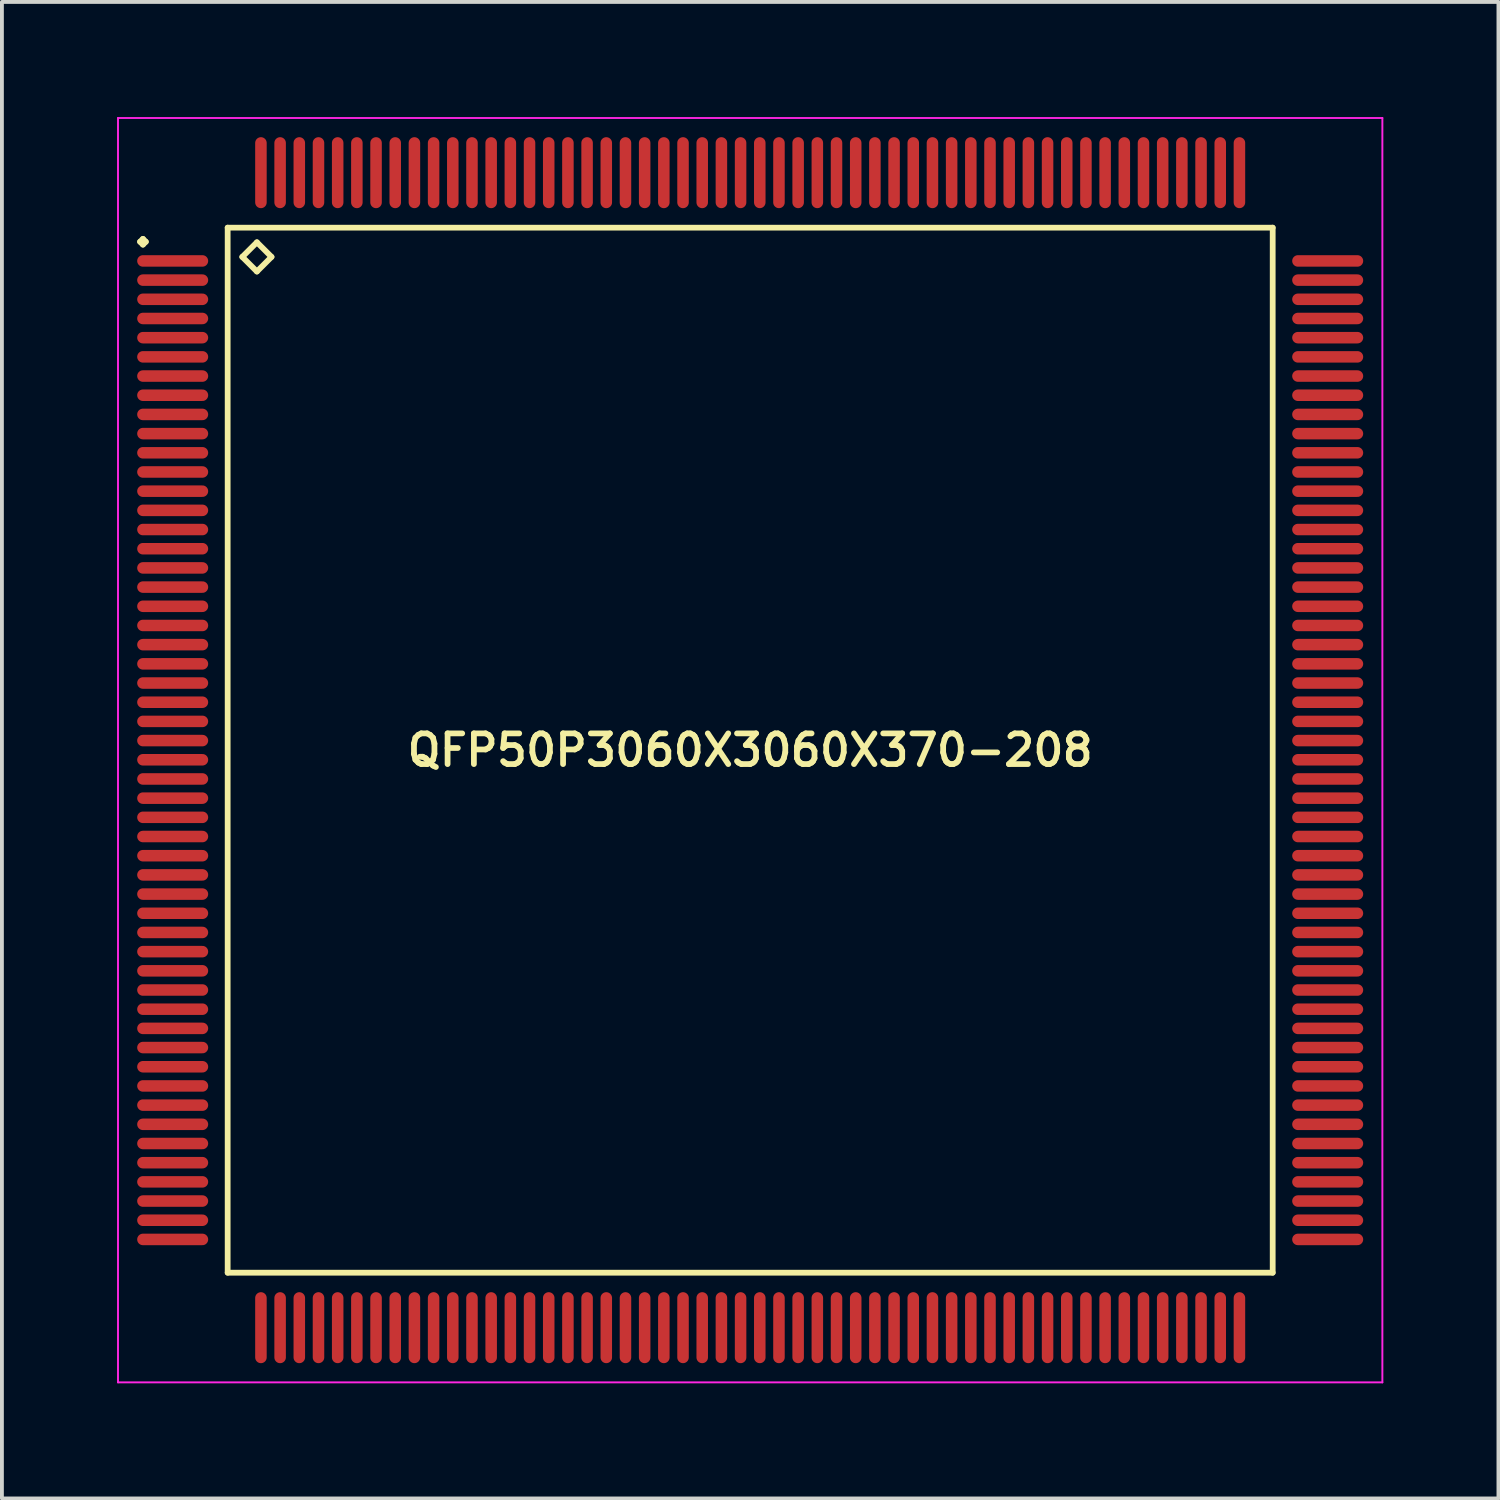
<source format=kicad_pcb>
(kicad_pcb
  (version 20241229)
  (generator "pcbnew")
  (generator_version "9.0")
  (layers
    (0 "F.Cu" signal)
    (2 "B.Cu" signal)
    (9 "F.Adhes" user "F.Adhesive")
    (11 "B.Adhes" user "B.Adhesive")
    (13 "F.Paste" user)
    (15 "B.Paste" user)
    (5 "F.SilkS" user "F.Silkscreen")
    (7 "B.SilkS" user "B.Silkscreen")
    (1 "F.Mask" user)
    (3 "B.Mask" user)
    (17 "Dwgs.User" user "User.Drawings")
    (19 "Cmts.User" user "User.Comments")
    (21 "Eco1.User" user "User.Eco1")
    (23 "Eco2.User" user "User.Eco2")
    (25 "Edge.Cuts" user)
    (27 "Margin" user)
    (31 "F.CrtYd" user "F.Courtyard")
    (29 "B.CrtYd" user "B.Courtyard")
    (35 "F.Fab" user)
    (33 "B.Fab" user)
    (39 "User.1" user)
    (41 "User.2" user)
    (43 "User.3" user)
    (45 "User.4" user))
  (footprint "QFP50P3060X3060X370-208"
    (layer "F.Cu")
    (at 16.5 16.5)
    (property "Reference" "QFP50P3060X3060X370-208" (at 0 0 0) (layer "F.SilkS") (effects (font (size 0.8 0.8) (thickness 0.15))))
    (attr smd)
    (fp_line (start -15.9 -13.25) (end -15.825 -13.325) (stroke (width 0.15) (type solid)) (layer "F.SilkS"))
    (fp_line (start -15.825 -13.325) (end -15.75 -13.25) (stroke (width 0.15) (type solid)) (layer "F.SilkS"))
    (fp_line (start -15.825 -13.175) (end -15.9 -13.25) (stroke (width 0.15) (type solid)) (layer "F.SilkS"))
    (fp_line (start -15.75 -13.25) (end -15.825 -13.175) (stroke (width 0.15) (type solid)) (layer "F.SilkS"))
    (fp_line (start -13.617 -13.617) (end -13.617 13.617) (stroke (width 0.15) (type solid)) (layer "F.SilkS"))
    (fp_line (start -13.617 13.617) (end 13.617 13.617) (stroke (width 0.15) (type solid)) (layer "F.SilkS"))
    (fp_line (start -13.236 -12.855) (end -12.855 -13.236) (stroke (width 0.15) (type solid)) (layer "F.SilkS"))
    (fp_line (start -12.855 -13.236) (end -12.474 -12.855) (stroke (width 0.15) (type solid)) (layer "F.SilkS"))
    (fp_line (start -12.855 -12.474) (end -13.236 -12.855) (stroke (width 0.15) (type solid)) (layer "F.SilkS"))
    (fp_line (start -12.474 -12.855) (end -12.855 -12.474) (stroke (width 0.15) (type solid)) (layer "F.SilkS"))
    (fp_line (start 13.617 -13.617) (end -13.617 -13.617) (stroke (width 0.15) (type solid)) (layer "F.SilkS"))
    (fp_line (start 13.617 13.617) (end 13.617 -13.617) (stroke (width 0.15) (type solid)) (layer "F.SilkS"))
    (fp_line (start -16.475 -16.475) (end 16.475 -16.475) (stroke (width 0.05) (type solid)) (layer "F.CrtYd"))
    (fp_line (start -16.475 16.475) (end -16.475 -16.475) (stroke (width 0.05) (type solid)) (layer "F.CrtYd"))
    (fp_line (start 16.475 -16.475) (end 16.475 16.475) (stroke (width 0.05) (type solid)) (layer "F.CrtYd"))
    (fp_line (start 16.475 16.475) (end -16.475 16.475) (stroke (width 0.05) (type solid)) (layer "F.CrtYd"))
    (pad "1" smd oval (at -15.05 -12.75) (size 1.85 0.3) (layers "F.Cu" "F.Mask" "F.Paste"))
    (pad "2" smd oval (at -15.05 -12.25) (size 1.85 0.3) (layers "F.Cu" "F.Mask" "F.Paste"))
    (pad "3" smd oval (at -15.05 -11.75) (size 1.85 0.3) (layers "F.Cu" "F.Mask" "F.Paste"))
    (pad "4" smd oval (at -15.05 -11.25) (size 1.85 0.3) (layers "F.Cu" "F.Mask" "F.Paste"))
    (pad "5" smd oval (at -15.05 -10.75) (size 1.85 0.3) (layers "F.Cu" "F.Mask" "F.Paste"))
    (pad "6" smd oval (at -15.05 -10.25) (size 1.85 0.3) (layers "F.Cu" "F.Mask" "F.Paste"))
    (pad "7" smd oval (at -15.05 -9.75) (size 1.85 0.3) (layers "F.Cu" "F.Mask" "F.Paste"))
    (pad "8" smd oval (at -15.05 -9.25) (size 1.85 0.3) (layers "F.Cu" "F.Mask" "F.Paste"))
    (pad "9" smd oval (at -15.05 -8.75) (size 1.85 0.3) (layers "F.Cu" "F.Mask" "F.Paste"))
    (pad "10" smd oval (at -15.05 -8.25) (size 1.85 0.3) (layers "F.Cu" "F.Mask" "F.Paste"))
    (pad "11" smd oval (at -15.05 -7.75) (size 1.85 0.3) (layers "F.Cu" "F.Mask" "F.Paste"))
    (pad "12" smd oval (at -15.05 -7.25) (size 1.85 0.3) (layers "F.Cu" "F.Mask" "F.Paste"))
    (pad "13" smd oval (at -15.05 -6.75) (size 1.85 0.3) (layers "F.Cu" "F.Mask" "F.Paste"))
    (pad "14" smd oval (at -15.05 -6.25) (size 1.85 0.3) (layers "F.Cu" "F.Mask" "F.Paste"))
    (pad "15" smd oval (at -15.05 -5.75) (size 1.85 0.3) (layers "F.Cu" "F.Mask" "F.Paste"))
    (pad "16" smd oval (at -15.05 -5.25) (size 1.85 0.3) (layers "F.Cu" "F.Mask" "F.Paste"))
    (pad "17" smd oval (at -15.05 -4.75) (size 1.85 0.3) (layers "F.Cu" "F.Mask" "F.Paste"))
    (pad "18" smd oval (at -15.05 -4.25) (size 1.85 0.3) (layers "F.Cu" "F.Mask" "F.Paste"))
    (pad "19" smd oval (at -15.05 -3.75) (size 1.85 0.3) (layers "F.Cu" "F.Mask" "F.Paste"))
    (pad "20" smd oval (at -15.05 -3.25) (size 1.85 0.3) (layers "F.Cu" "F.Mask" "F.Paste"))
    (pad "21" smd oval (at -15.05 -2.75) (size 1.85 0.3) (layers "F.Cu" "F.Mask" "F.Paste"))
    (pad "22" smd oval (at -15.05 -2.25) (size 1.85 0.3) (layers "F.Cu" "F.Mask" "F.Paste"))
    (pad "23" smd oval (at -15.05 -1.75) (size 1.85 0.3) (layers "F.Cu" "F.Mask" "F.Paste"))
    (pad "24" smd oval (at -15.05 -1.25) (size 1.85 0.3) (layers "F.Cu" "F.Mask" "F.Paste"))
    (pad "25" smd oval (at -15.05 -0.75) (size 1.85 0.3) (layers "F.Cu" "F.Mask" "F.Paste"))
    (pad "26" smd oval (at -15.05 -0.25) (size 1.85 0.3) (layers "F.Cu" "F.Mask" "F.Paste"))
    (pad "27" smd oval (at -15.05 0.25) (size 1.85 0.3) (layers "F.Cu" "F.Mask" "F.Paste"))
    (pad "28" smd oval (at -15.05 0.75) (size 1.85 0.3) (layers "F.Cu" "F.Mask" "F.Paste"))
    (pad "29" smd oval (at -15.05 1.25) (size 1.85 0.3) (layers "F.Cu" "F.Mask" "F.Paste"))
    (pad "30" smd oval (at -15.05 1.75) (size 1.85 0.3) (layers "F.Cu" "F.Mask" "F.Paste"))
    (pad "31" smd oval (at -15.05 2.25) (size 1.85 0.3) (layers "F.Cu" "F.Mask" "F.Paste"))
    (pad "32" smd oval (at -15.05 2.75) (size 1.85 0.3) (layers "F.Cu" "F.Mask" "F.Paste"))
    (pad "33" smd oval (at -15.05 3.25) (size 1.85 0.3) (layers "F.Cu" "F.Mask" "F.Paste"))
    (pad "34" smd oval (at -15.05 3.75) (size 1.85 0.3) (layers "F.Cu" "F.Mask" "F.Paste"))
    (pad "35" smd oval (at -15.05 4.25) (size 1.85 0.3) (layers "F.Cu" "F.Mask" "F.Paste"))
    (pad "36" smd oval (at -15.05 4.75) (size 1.85 0.3) (layers "F.Cu" "F.Mask" "F.Paste"))
    (pad "37" smd oval (at -15.05 5.25) (size 1.85 0.3) (layers "F.Cu" "F.Mask" "F.Paste"))
    (pad "38" smd oval (at -15.05 5.75) (size 1.85 0.3) (layers "F.Cu" "F.Mask" "F.Paste"))
    (pad "39" smd oval (at -15.05 6.25) (size 1.85 0.3) (layers "F.Cu" "F.Mask" "F.Paste"))
    (pad "40" smd oval (at -15.05 6.75) (size 1.85 0.3) (layers "F.Cu" "F.Mask" "F.Paste"))
    (pad "41" smd oval (at -15.05 7.25) (size 1.85 0.3) (layers "F.Cu" "F.Mask" "F.Paste"))
    (pad "42" smd oval (at -15.05 7.75) (size 1.85 0.3) (layers "F.Cu" "F.Mask" "F.Paste"))
    (pad "43" smd oval (at -15.05 8.25) (size 1.85 0.3) (layers "F.Cu" "F.Mask" "F.Paste"))
    (pad "44" smd oval (at -15.05 8.75) (size 1.85 0.3) (layers "F.Cu" "F.Mask" "F.Paste"))
    (pad "45" smd oval (at -15.05 9.25) (size 1.85 0.3) (layers "F.Cu" "F.Mask" "F.Paste"))
    (pad "46" smd oval (at -15.05 9.75) (size 1.85 0.3) (layers "F.Cu" "F.Mask" "F.Paste"))
    (pad "47" smd oval (at -15.05 10.25) (size 1.85 0.3) (layers "F.Cu" "F.Mask" "F.Paste"))
    (pad "48" smd oval (at -15.05 10.75) (size 1.85 0.3) (layers "F.Cu" "F.Mask" "F.Paste"))
    (pad "49" smd oval (at -15.05 11.25) (size 1.85 0.3) (layers "F.Cu" "F.Mask" "F.Paste"))
    (pad "50" smd oval (at -15.05 11.75) (size 1.85 0.3) (layers "F.Cu" "F.Mask" "F.Paste"))
    (pad "51" smd oval (at -15.05 12.25) (size 1.85 0.3) (layers "F.Cu" "F.Mask" "F.Paste"))
    (pad "52" smd oval (at -15.05 12.75) (size 1.85 0.3) (layers "F.Cu" "F.Mask" "F.Paste"))
    (pad "53" smd oval (at -12.75 15.05) (size 0.3 1.85) (layers "F.Cu" "F.Mask" "F.Paste"))
    (pad "54" smd oval (at -12.25 15.05) (size 0.3 1.85) (layers "F.Cu" "F.Mask" "F.Paste"))
    (pad "55" smd oval (at -11.75 15.05) (size 0.3 1.85) (layers "F.Cu" "F.Mask" "F.Paste"))
    (pad "56" smd oval (at -11.25 15.05) (size 0.3 1.85) (layers "F.Cu" "F.Mask" "F.Paste"))
    (pad "57" smd oval (at -10.75 15.05) (size 0.3 1.85) (layers "F.Cu" "F.Mask" "F.Paste"))
    (pad "58" smd oval (at -10.25 15.05) (size 0.3 1.85) (layers "F.Cu" "F.Mask" "F.Paste"))
    (pad "59" smd oval (at -9.75 15.05) (size 0.3 1.85) (layers "F.Cu" "F.Mask" "F.Paste"))
    (pad "60" smd oval (at -9.25 15.05) (size 0.3 1.85) (layers "F.Cu" "F.Mask" "F.Paste"))
    (pad "61" smd oval (at -8.75 15.05) (size 0.3 1.85) (layers "F.Cu" "F.Mask" "F.Paste"))
    (pad "62" smd oval (at -8.25 15.05) (size 0.3 1.85) (layers "F.Cu" "F.Mask" "F.Paste"))
    (pad "63" smd oval (at -7.75 15.05) (size 0.3 1.85) (layers "F.Cu" "F.Mask" "F.Paste"))
    (pad "64" smd oval (at -7.25 15.05) (size 0.3 1.85) (layers "F.Cu" "F.Mask" "F.Paste"))
    (pad "65" smd oval (at -6.75 15.05) (size 0.3 1.85) (layers "F.Cu" "F.Mask" "F.Paste"))
    (pad "66" smd oval (at -6.25 15.05) (size 0.3 1.85) (layers "F.Cu" "F.Mask" "F.Paste"))
    (pad "67" smd oval (at -5.75 15.05) (size 0.3 1.85) (layers "F.Cu" "F.Mask" "F.Paste"))
    (pad "68" smd oval (at -5.25 15.05) (size 0.3 1.85) (layers "F.Cu" "F.Mask" "F.Paste"))
    (pad "69" smd oval (at -4.75 15.05) (size 0.3 1.85) (layers "F.Cu" "F.Mask" "F.Paste"))
    (pad "70" smd oval (at -4.25 15.05) (size 0.3 1.85) (layers "F.Cu" "F.Mask" "F.Paste"))
    (pad "71" smd oval (at -3.75 15.05) (size 0.3 1.85) (layers "F.Cu" "F.Mask" "F.Paste"))
    (pad "72" smd oval (at -3.25 15.05) (size 0.3 1.85) (layers "F.Cu" "F.Mask" "F.Paste"))
    (pad "73" smd oval (at -2.75 15.05) (size 0.3 1.85) (layers "F.Cu" "F.Mask" "F.Paste"))
    (pad "74" smd oval (at -2.25 15.05) (size 0.3 1.85) (layers "F.Cu" "F.Mask" "F.Paste"))
    (pad "75" smd oval (at -1.75 15.05) (size 0.3 1.85) (layers "F.Cu" "F.Mask" "F.Paste"))
    (pad "76" smd oval (at -1.25 15.05) (size 0.3 1.85) (layers "F.Cu" "F.Mask" "F.Paste"))
    (pad "77" smd oval (at -0.75 15.05) (size 0.3 1.85) (layers "F.Cu" "F.Mask" "F.Paste"))
    (pad "78" smd oval (at -0.25 15.05) (size 0.3 1.85) (layers "F.Cu" "F.Mask" "F.Paste"))
    (pad "79" smd oval (at 0.25 15.05) (size 0.3 1.85) (layers "F.Cu" "F.Mask" "F.Paste"))
    (pad "80" smd oval (at 0.75 15.05) (size 0.3 1.85) (layers "F.Cu" "F.Mask" "F.Paste"))
    (pad "81" smd oval (at 1.25 15.05) (size 0.3 1.85) (layers "F.Cu" "F.Mask" "F.Paste"))
    (pad "82" smd oval (at 1.75 15.05) (size 0.3 1.85) (layers "F.Cu" "F.Mask" "F.Paste"))
    (pad "83" smd oval (at 2.25 15.05) (size 0.3 1.85) (layers "F.Cu" "F.Mask" "F.Paste"))
    (pad "84" smd oval (at 2.75 15.05) (size 0.3 1.85) (layers "F.Cu" "F.Mask" "F.Paste"))
    (pad "85" smd oval (at 3.25 15.05) (size 0.3 1.85) (layers "F.Cu" "F.Mask" "F.Paste"))
    (pad "86" smd oval (at 3.75 15.05) (size 0.3 1.85) (layers "F.Cu" "F.Mask" "F.Paste"))
    (pad "87" smd oval (at 4.25 15.05) (size 0.3 1.85) (layers "F.Cu" "F.Mask" "F.Paste"))
    (pad "88" smd oval (at 4.75 15.05) (size 0.3 1.85) (layers "F.Cu" "F.Mask" "F.Paste"))
    (pad "89" smd oval (at 5.25 15.05) (size 0.3 1.85) (layers "F.Cu" "F.Mask" "F.Paste"))
    (pad "90" smd oval (at 5.75 15.05) (size 0.3 1.85) (layers "F.Cu" "F.Mask" "F.Paste"))
    (pad "91" smd oval (at 6.25 15.05) (size 0.3 1.85) (layers "F.Cu" "F.Mask" "F.Paste"))
    (pad "92" smd oval (at 6.75 15.05) (size 0.3 1.85) (layers "F.Cu" "F.Mask" "F.Paste"))
    (pad "93" smd oval (at 7.25 15.05) (size 0.3 1.85) (layers "F.Cu" "F.Mask" "F.Paste"))
    (pad "94" smd oval (at 7.75 15.05) (size 0.3 1.85) (layers "F.Cu" "F.Mask" "F.Paste"))
    (pad "95" smd oval (at 8.25 15.05) (size 0.3 1.85) (layers "F.Cu" "F.Mask" "F.Paste"))
    (pad "96" smd oval (at 8.75 15.05) (size 0.3 1.85) (layers "F.Cu" "F.Mask" "F.Paste"))
    (pad "97" smd oval (at 9.25 15.05) (size 0.3 1.85) (layers "F.Cu" "F.Mask" "F.Paste"))
    (pad "98" smd oval (at 9.75 15.05) (size 0.3 1.85) (layers "F.Cu" "F.Mask" "F.Paste"))
    (pad "99" smd oval (at 10.25 15.05) (size 0.3 1.85) (layers "F.Cu" "F.Mask" "F.Paste"))
    (pad "100" smd oval (at 10.75 15.05) (size 0.3 1.85) (layers "F.Cu" "F.Mask" "F.Paste"))
    (pad "101" smd oval (at 11.25 15.05) (size 0.3 1.85) (layers "F.Cu" "F.Mask" "F.Paste"))
    (pad "102" smd oval (at 11.75 15.05) (size 0.3 1.85) (layers "F.Cu" "F.Mask" "F.Paste"))
    (pad "103" smd oval (at 12.25 15.05) (size 0.3 1.85) (layers "F.Cu" "F.Mask" "F.Paste"))
    (pad "104" smd oval (at 12.75 15.05) (size 0.3 1.85) (layers "F.Cu" "F.Mask" "F.Paste"))
    (pad "105" smd oval (at 15.05 12.75) (size 1.85 0.3) (layers "F.Cu" "F.Mask" "F.Paste"))
    (pad "106" smd oval (at 15.05 12.25) (size 1.85 0.3) (layers "F.Cu" "F.Mask" "F.Paste"))
    (pad "107" smd oval (at 15.05 11.75) (size 1.85 0.3) (layers "F.Cu" "F.Mask" "F.Paste"))
    (pad "108" smd oval (at 15.05 11.25) (size 1.85 0.3) (layers "F.Cu" "F.Mask" "F.Paste"))
    (pad "109" smd oval (at 15.05 10.75) (size 1.85 0.3) (layers "F.Cu" "F.Mask" "F.Paste"))
    (pad "110" smd oval (at 15.05 10.25) (size 1.85 0.3) (layers "F.Cu" "F.Mask" "F.Paste"))
    (pad "111" smd oval (at 15.05 9.75) (size 1.85 0.3) (layers "F.Cu" "F.Mask" "F.Paste"))
    (pad "112" smd oval (at 15.05 9.25) (size 1.85 0.3) (layers "F.Cu" "F.Mask" "F.Paste"))
    (pad "113" smd oval (at 15.05 8.75) (size 1.85 0.3) (layers "F.Cu" "F.Mask" "F.Paste"))
    (pad "114" smd oval (at 15.05 8.25) (size 1.85 0.3) (layers "F.Cu" "F.Mask" "F.Paste"))
    (pad "115" smd oval (at 15.05 7.75) (size 1.85 0.3) (layers "F.Cu" "F.Mask" "F.Paste"))
    (pad "116" smd oval (at 15.05 7.25) (size 1.85 0.3) (layers "F.Cu" "F.Mask" "F.Paste"))
    (pad "117" smd oval (at 15.05 6.75) (size 1.85 0.3) (layers "F.Cu" "F.Mask" "F.Paste"))
    (pad "118" smd oval (at 15.05 6.25) (size 1.85 0.3) (layers "F.Cu" "F.Mask" "F.Paste"))
    (pad "119" smd oval (at 15.05 5.75) (size 1.85 0.3) (layers "F.Cu" "F.Mask" "F.Paste"))
    (pad "120" smd oval (at 15.05 5.25) (size 1.85 0.3) (layers "F.Cu" "F.Mask" "F.Paste"))
    (pad "121" smd oval (at 15.05 4.75) (size 1.85 0.3) (layers "F.Cu" "F.Mask" "F.Paste"))
    (pad "122" smd oval (at 15.05 4.25) (size 1.85 0.3) (layers "F.Cu" "F.Mask" "F.Paste"))
    (pad "123" smd oval (at 15.05 3.75) (size 1.85 0.3) (layers "F.Cu" "F.Mask" "F.Paste"))
    (pad "124" smd oval (at 15.05 3.25) (size 1.85 0.3) (layers "F.Cu" "F.Mask" "F.Paste"))
    (pad "125" smd oval (at 15.05 2.75) (size 1.85 0.3) (layers "F.Cu" "F.Mask" "F.Paste"))
    (pad "126" smd oval (at 15.05 2.25) (size 1.85 0.3) (layers "F.Cu" "F.Mask" "F.Paste"))
    (pad "127" smd oval (at 15.05 1.75) (size 1.85 0.3) (layers "F.Cu" "F.Mask" "F.Paste"))
    (pad "128" smd oval (at 15.05 1.25) (size 1.85 0.3) (layers "F.Cu" "F.Mask" "F.Paste"))
    (pad "129" smd oval (at 15.05 0.75) (size 1.85 0.3) (layers "F.Cu" "F.Mask" "F.Paste"))
    (pad "130" smd oval (at 15.05 0.25) (size 1.85 0.3) (layers "F.Cu" "F.Mask" "F.Paste"))
    (pad "131" smd oval (at 15.05 -0.25) (size 1.85 0.3) (layers "F.Cu" "F.Mask" "F.Paste"))
    (pad "132" smd oval (at 15.05 -0.75) (size 1.85 0.3) (layers "F.Cu" "F.Mask" "F.Paste"))
    (pad "133" smd oval (at 15.05 -1.25) (size 1.85 0.3) (layers "F.Cu" "F.Mask" "F.Paste"))
    (pad "134" smd oval (at 15.05 -1.75) (size 1.85 0.3) (layers "F.Cu" "F.Mask" "F.Paste"))
    (pad "135" smd oval (at 15.05 -2.25) (size 1.85 0.3) (layers "F.Cu" "F.Mask" "F.Paste"))
    (pad "136" smd oval (at 15.05 -2.75) (size 1.85 0.3) (layers "F.Cu" "F.Mask" "F.Paste"))
    (pad "137" smd oval (at 15.05 -3.25) (size 1.85 0.3) (layers "F.Cu" "F.Mask" "F.Paste"))
    (pad "138" smd oval (at 15.05 -3.75) (size 1.85 0.3) (layers "F.Cu" "F.Mask" "F.Paste"))
    (pad "139" smd oval (at 15.05 -4.25) (size 1.85 0.3) (layers "F.Cu" "F.Mask" "F.Paste"))
    (pad "140" smd oval (at 15.05 -4.75) (size 1.85 0.3) (layers "F.Cu" "F.Mask" "F.Paste"))
    (pad "141" smd oval (at 15.05 -5.25) (size 1.85 0.3) (layers "F.Cu" "F.Mask" "F.Paste"))
    (pad "142" smd oval (at 15.05 -5.75) (size 1.85 0.3) (layers "F.Cu" "F.Mask" "F.Paste"))
    (pad "143" smd oval (at 15.05 -6.25) (size 1.85 0.3) (layers "F.Cu" "F.Mask" "F.Paste"))
    (pad "144" smd oval (at 15.05 -6.75) (size 1.85 0.3) (layers "F.Cu" "F.Mask" "F.Paste"))
    (pad "145" smd oval (at 15.05 -7.25) (size 1.85 0.3) (layers "F.Cu" "F.Mask" "F.Paste"))
    (pad "146" smd oval (at 15.05 -7.75) (size 1.85 0.3) (layers "F.Cu" "F.Mask" "F.Paste"))
    (pad "147" smd oval (at 15.05 -8.25) (size 1.85 0.3) (layers "F.Cu" "F.Mask" "F.Paste"))
    (pad "148" smd oval (at 15.05 -8.75) (size 1.85 0.3) (layers "F.Cu" "F.Mask" "F.Paste"))
    (pad "149" smd oval (at 15.05 -9.25) (size 1.85 0.3) (layers "F.Cu" "F.Mask" "F.Paste"))
    (pad "150" smd oval (at 15.05 -9.75) (size 1.85 0.3) (layers "F.Cu" "F.Mask" "F.Paste"))
    (pad "151" smd oval (at 15.05 -10.25) (size 1.85 0.3) (layers "F.Cu" "F.Mask" "F.Paste"))
    (pad "152" smd oval (at 15.05 -10.75) (size 1.85 0.3) (layers "F.Cu" "F.Mask" "F.Paste"))
    (pad "153" smd oval (at 15.05 -11.25) (size 1.85 0.3) (layers "F.Cu" "F.Mask" "F.Paste"))
    (pad "154" smd oval (at 15.05 -11.75) (size 1.85 0.3) (layers "F.Cu" "F.Mask" "F.Paste"))
    (pad "155" smd oval (at 15.05 -12.25) (size 1.85 0.3) (layers "F.Cu" "F.Mask" "F.Paste"))
    (pad "156" smd oval (at 15.05 -12.75) (size 1.85 0.3) (layers "F.Cu" "F.Mask" "F.Paste"))
    (pad "157" smd oval (at 12.75 -15.05) (size 0.3 1.85) (layers "F.Cu" "F.Mask" "F.Paste"))
    (pad "158" smd oval (at 12.25 -15.05) (size 0.3 1.85) (layers "F.Cu" "F.Mask" "F.Paste"))
    (pad "159" smd oval (at 11.75 -15.05) (size 0.3 1.85) (layers "F.Cu" "F.Mask" "F.Paste"))
    (pad "160" smd oval (at 11.25 -15.05) (size 0.3 1.85) (layers "F.Cu" "F.Mask" "F.Paste"))
    (pad "161" smd oval (at 10.75 -15.05) (size 0.3 1.85) (layers "F.Cu" "F.Mask" "F.Paste"))
    (pad "162" smd oval (at 10.25 -15.05) (size 0.3 1.85) (layers "F.Cu" "F.Mask" "F.Paste"))
    (pad "163" smd oval (at 9.75 -15.05) (size 0.3 1.85) (layers "F.Cu" "F.Mask" "F.Paste"))
    (pad "164" smd oval (at 9.25 -15.05) (size 0.3 1.85) (layers "F.Cu" "F.Mask" "F.Paste"))
    (pad "165" smd oval (at 8.75 -15.05) (size 0.3 1.85) (layers "F.Cu" "F.Mask" "F.Paste"))
    (pad "166" smd oval (at 8.25 -15.05) (size 0.3 1.85) (layers "F.Cu" "F.Mask" "F.Paste"))
    (pad "167" smd oval (at 7.75 -15.05) (size 0.3 1.85) (layers "F.Cu" "F.Mask" "F.Paste"))
    (pad "168" smd oval (at 7.25 -15.05) (size 0.3 1.85) (layers "F.Cu" "F.Mask" "F.Paste"))
    (pad "169" smd oval (at 6.75 -15.05) (size 0.3 1.85) (layers "F.Cu" "F.Mask" "F.Paste"))
    (pad "170" smd oval (at 6.25 -15.05) (size 0.3 1.85) (layers "F.Cu" "F.Mask" "F.Paste"))
    (pad "171" smd oval (at 5.75 -15.05) (size 0.3 1.85) (layers "F.Cu" "F.Mask" "F.Paste"))
    (pad "172" smd oval (at 5.25 -15.05) (size 0.3 1.85) (layers "F.Cu" "F.Mask" "F.Paste"))
    (pad "173" smd oval (at 4.75 -15.05) (size 0.3 1.85) (layers "F.Cu" "F.Mask" "F.Paste"))
    (pad "174" smd oval (at 4.25 -15.05) (size 0.3 1.85) (layers "F.Cu" "F.Mask" "F.Paste"))
    (pad "175" smd oval (at 3.75 -15.05) (size 0.3 1.85) (layers "F.Cu" "F.Mask" "F.Paste"))
    (pad "176" smd oval (at 3.25 -15.05) (size 0.3 1.85) (layers "F.Cu" "F.Mask" "F.Paste"))
    (pad "177" smd oval (at 2.75 -15.05) (size 0.3 1.85) (layers "F.Cu" "F.Mask" "F.Paste"))
    (pad "178" smd oval (at 2.25 -15.05) (size 0.3 1.85) (layers "F.Cu" "F.Mask" "F.Paste"))
    (pad "179" smd oval (at 1.75 -15.05) (size 0.3 1.85) (layers "F.Cu" "F.Mask" "F.Paste"))
    (pad "180" smd oval (at 1.25 -15.05) (size 0.3 1.85) (layers "F.Cu" "F.Mask" "F.Paste"))
    (pad "181" smd oval (at 0.75 -15.05) (size 0.3 1.85) (layers "F.Cu" "F.Mask" "F.Paste"))
    (pad "182" smd oval (at 0.25 -15.05) (size 0.3 1.85) (layers "F.Cu" "F.Mask" "F.Paste"))
    (pad "183" smd oval (at -0.25 -15.05) (size 0.3 1.85) (layers "F.Cu" "F.Mask" "F.Paste"))
    (pad "184" smd oval (at -0.75 -15.05) (size 0.3 1.85) (layers "F.Cu" "F.Mask" "F.Paste"))
    (pad "185" smd oval (at -1.25 -15.05) (size 0.3 1.85) (layers "F.Cu" "F.Mask" "F.Paste"))
    (pad "186" smd oval (at -1.75 -15.05) (size 0.3 1.85) (layers "F.Cu" "F.Mask" "F.Paste"))
    (pad "187" smd oval (at -2.25 -15.05) (size 0.3 1.85) (layers "F.Cu" "F.Mask" "F.Paste"))
    (pad "188" smd oval (at -2.75 -15.05) (size 0.3 1.85) (layers "F.Cu" "F.Mask" "F.Paste"))
    (pad "189" smd oval (at -3.25 -15.05) (size 0.3 1.85) (layers "F.Cu" "F.Mask" "F.Paste"))
    (pad "190" smd oval (at -3.75 -15.05) (size 0.3 1.85) (layers "F.Cu" "F.Mask" "F.Paste"))
    (pad "191" smd oval (at -4.25 -15.05) (size 0.3 1.85) (layers "F.Cu" "F.Mask" "F.Paste"))
    (pad "192" smd oval (at -4.75 -15.05) (size 0.3 1.85) (layers "F.Cu" "F.Mask" "F.Paste"))
    (pad "193" smd oval (at -5.25 -15.05) (size 0.3 1.85) (layers "F.Cu" "F.Mask" "F.Paste"))
    (pad "194" smd oval (at -5.75 -15.05) (size 0.3 1.85) (layers "F.Cu" "F.Mask" "F.Paste"))
    (pad "195" smd oval (at -6.25 -15.05) (size 0.3 1.85) (layers "F.Cu" "F.Mask" "F.Paste"))
    (pad "196" smd oval (at -6.75 -15.05) (size 0.3 1.85) (layers "F.Cu" "F.Mask" "F.Paste"))
    (pad "197" smd oval (at -7.25 -15.05) (size 0.3 1.85) (layers "F.Cu" "F.Mask" "F.Paste"))
    (pad "198" smd oval (at -7.75 -15.05) (size 0.3 1.85) (layers "F.Cu" "F.Mask" "F.Paste"))
    (pad "199" smd oval (at -8.25 -15.05) (size 0.3 1.85) (layers "F.Cu" "F.Mask" "F.Paste"))
    (pad "200" smd oval (at -8.75 -15.05) (size 0.3 1.85) (layers "F.Cu" "F.Mask" "F.Paste"))
    (pad "201" smd oval (at -9.25 -15.05) (size 0.3 1.85) (layers "F.Cu" "F.Mask" "F.Paste"))
    (pad "202" smd oval (at -9.75 -15.05) (size 0.3 1.85) (layers "F.Cu" "F.Mask" "F.Paste"))
    (pad "203" smd oval (at -10.25 -15.05) (size 0.3 1.85) (layers "F.Cu" "F.Mask" "F.Paste"))
    (pad "204" smd oval (at -10.75 -15.05) (size 0.3 1.85) (layers "F.Cu" "F.Mask" "F.Paste"))
    (pad "205" smd oval (at -11.25 -15.05) (size 0.3 1.85) (layers "F.Cu" "F.Mask" "F.Paste"))
    (pad "206" smd oval (at -11.75 -15.05) (size 0.3 1.85) (layers "F.Cu" "F.Mask" "F.Paste"))
    (pad "207" smd oval (at -12.25 -15.05) (size 0.3 1.85) (layers "F.Cu" "F.Mask" "F.Paste"))
    (pad "208" smd oval (at -12.75 -15.05) (size 0.3 1.85) (layers "F.Cu" "F.Mask" "F.Paste")))
  (gr_rect
    (start -3 -3)
    (end 36 36)
    (stroke (width 0.1) (type default))
    (fill no)
    (layer "Edge.Cuts")))
</source>
